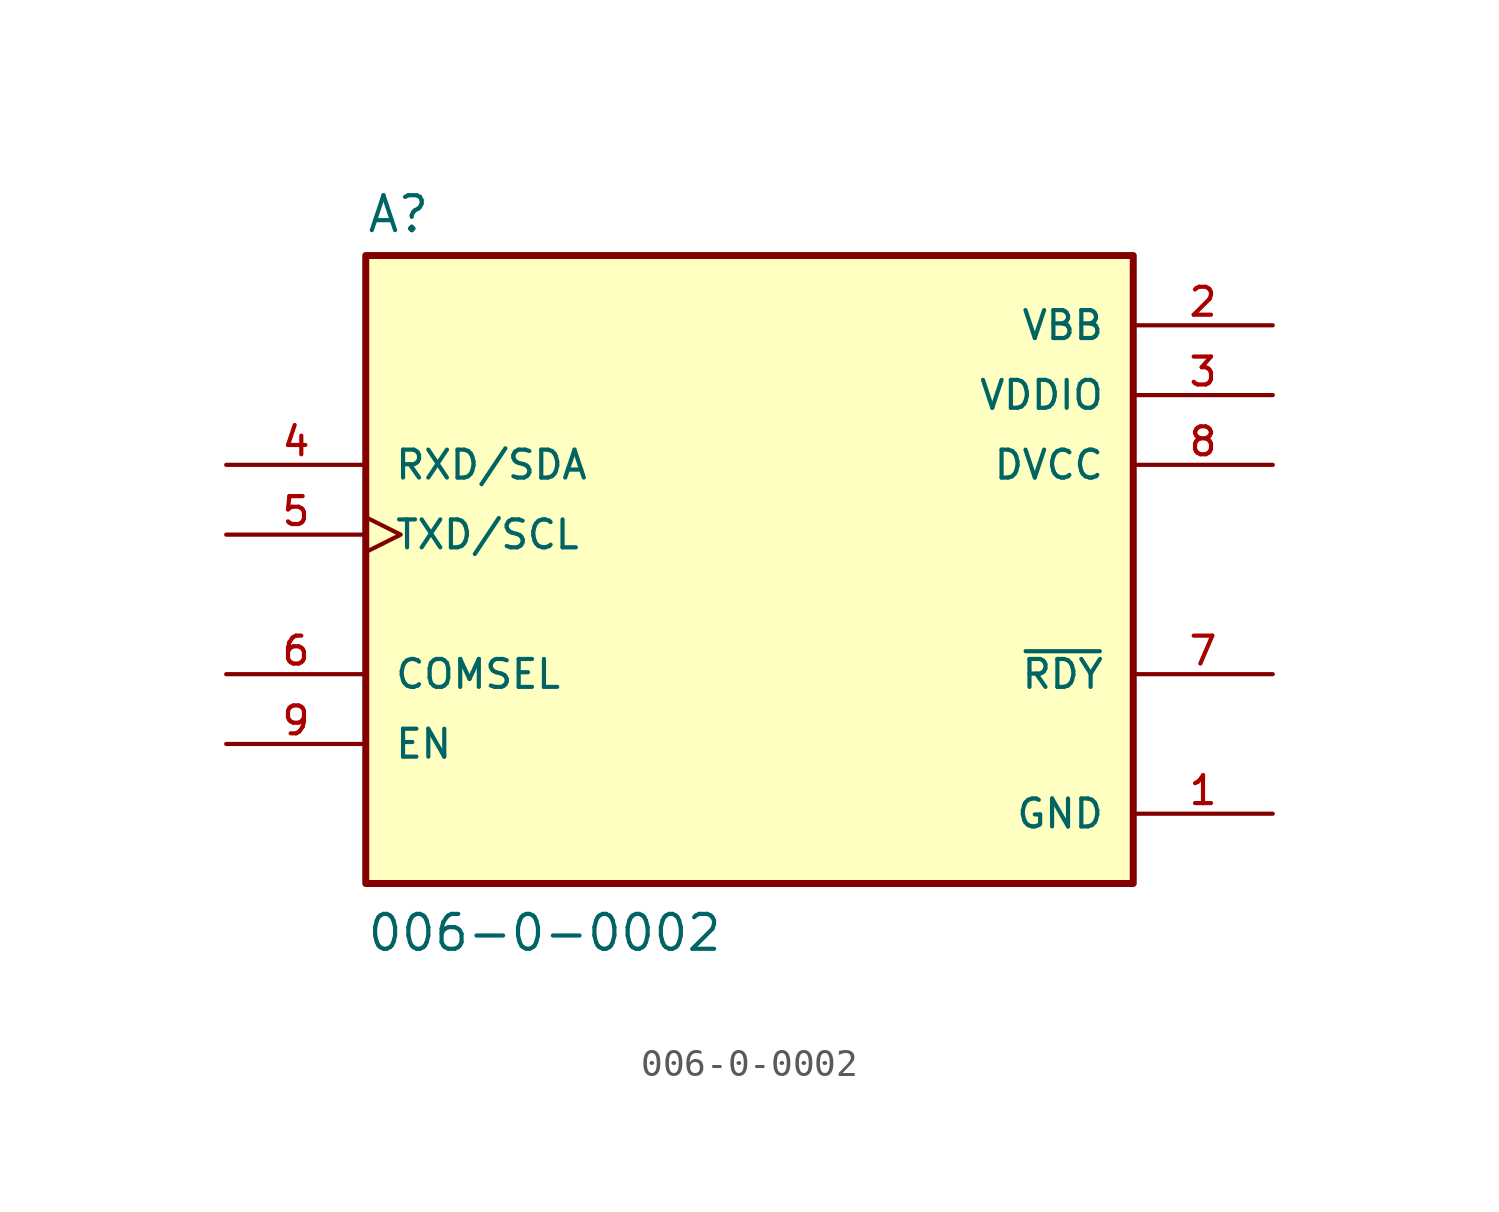
<source format=kicad_sym>
(kicad_symbol_lib
  (version 20211014)
  (generator kicad_symbol_editor)
  (symbol "006-0-0002"
    (pin_names
      (offset 1.016))
    (property "Reference" "A"
      (at -15.24 13.462 0)
      (effects (font (size 1.27 1.27)) (justify bottom left)))
    (property "Value" "006-0-0002"
      (at -15.24 -12.7 0)
      (effects (font (size 1.27 1.27)) (justify bottom left)))
    (symbol "006-0-0002_0_0"
      (rectangle (start -15.24 -10.16) (end 12.7 12.7) (stroke (width 0.254)) (fill (type background)))
      (pin power_in line (at 17.78 -7.62 180.0) (length 5.08) (name "GND" (effects (font (size 1.016 1.016)))) (number "1" (effects (font (size 1.016 1.016)))))
      (pin power_in line (at 17.78 10.16 180.0) (length 5.08) (name "VBB" (effects (font (size 1.016 1.016)))) (number "2" (effects (font (size 1.016 1.016)))))
      (pin power_in line (at 17.78 7.62 180.0) (length 5.08) (name "VDDIO" (effects (font (size 1.016 1.016)))) (number "3" (effects (font (size 1.016 1.016)))))
      (pin bidirectional line (at -20.32 5.08 0) (length 5.08) (name "RXD/SDA" (effects (font (size 1.016 1.016)))) (number "4" (effects (font (size 1.016 1.016)))))
      (pin bidirectional clock (at -20.32 2.54 0) (length 5.08) (name "TXD/SCL" (effects (font (size 1.016 1.016)))) (number "5" (effects (font (size 1.016 1.016)))))
      (pin input line (at -20.32 -2.54 0) (length 5.08) (name "COMSEL" (effects (font (size 1.016 1.016)))) (number "6" (effects (font (size 1.016 1.016)))))
      (pin output line (at 17.78 -2.54 180.0) (length 5.08) (name "~{RDY}" (effects (font (size 1.016 1.016)))) (number "7" (effects (font (size 1.016 1.016)))))
      (pin power_in line (at 17.78 5.08 180.0) (length 5.08) (name "DVCC" (effects (font (size 1.016 1.016)))) (number "8" (effects (font (size 1.016 1.016)))))
      (pin input line (at -20.32 -5.08 0) (length 5.08) (name "EN" (effects (font (size 1.016 1.016)))) (number "9" (effects (font (size 1.016 1.016))))))))
</source>
